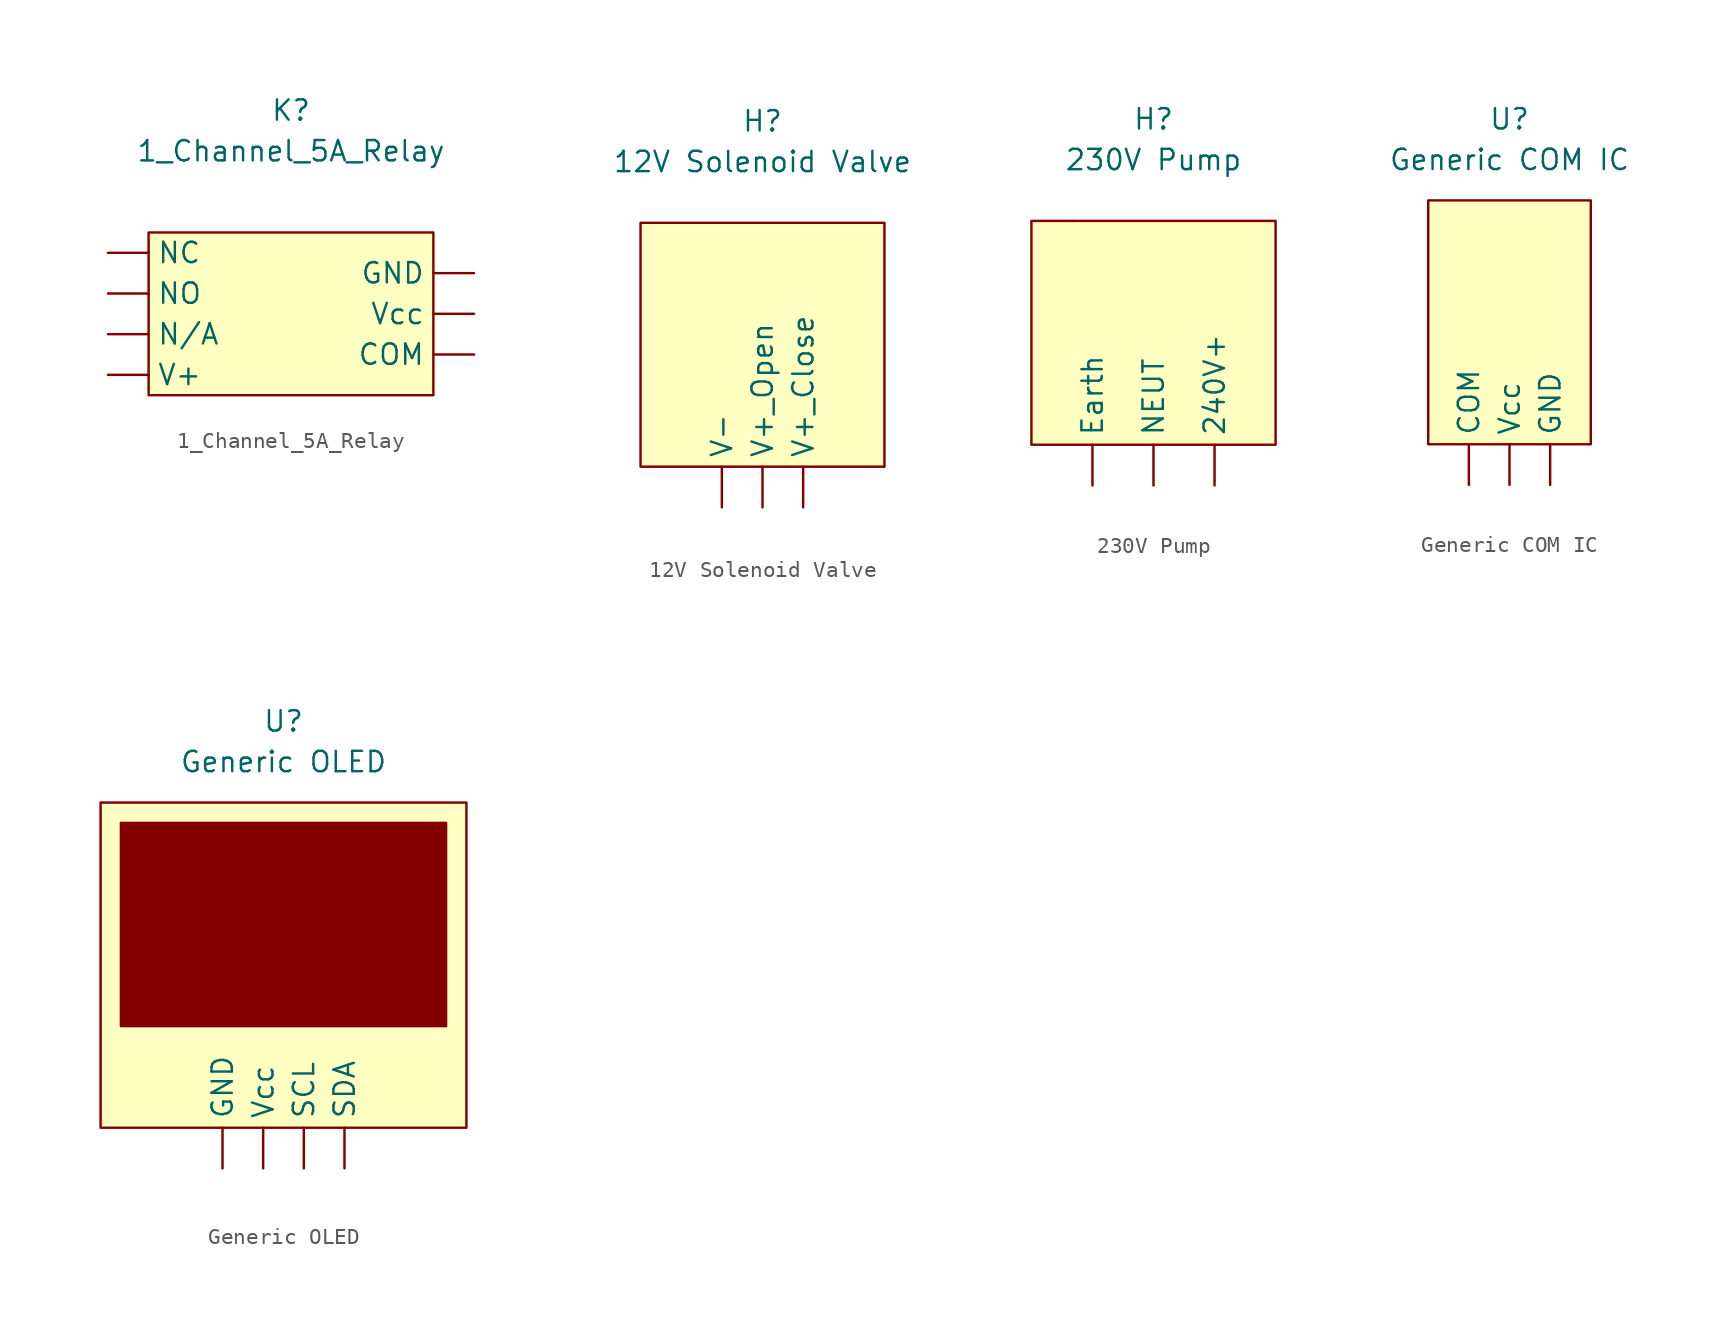
<source format=kicad_sym>
(kicad_symbol_lib
  (version 20211014)
  (generator kicad_symbol_editor)
  (symbol "1_Channel_5A_Relay"
    (property "Reference" "K"
      (at 0 2.54 0)
      (effects (font (size 1.27 1.27))))
    (property "Value" "1_Channel_5A_Relay"
      (at 0 0 0)
      (effects (font (size 1.27 1.27))))
    (symbol "1_Channel_5A_Relay_0_1"
      (rectangle (start -8.89 -5.08) (end 8.89 -15.24) (stroke (width 0) (type default) (color 0 0 0 0)) (fill (type background))))
    (symbol "1_Channel_5A_Relay_1_1"
      (pin input line (at 11.43 -12.7 180) (length 2.54) (name "COM" (effects (font (size 1.27 1.27)))) (number "" (effects (font (size 1.27 1.27)))))
      (pin input line (at 11.43 -7.62 180) (length 2.54) (name "GND" (effects (font (size 1.27 1.27)))) (number "" (effects (font (size 1.27 1.27)))))
      (pin output line (at -11.43 -11.43 0) (length 2.54) (name "N/A" (effects (font (size 1.27 1.27)))) (number "" (effects (font (size 1.27 1.27)))))
      (pin output line (at -11.43 -6.35 0) (length 2.54) (name "NC" (effects (font (size 1.27 1.27)))) (number "" (effects (font (size 1.27 1.27)))))
      (pin output line (at -11.43 -8.89 0) (length 2.54) (name "NO" (effects (font (size 1.27 1.27)))) (number "" (effects (font (size 1.27 1.27)))))
      (pin input line (at -11.43 -13.97 0) (length 2.54) (name "V+" (effects (font (size 1.27 1.27)))) (number "" (effects (font (size 1.27 1.27)))))
      (pin input line (at 11.43 -10.16 180) (length 2.54) (name "Vcc" (effects (font (size 1.27 1.27)))) (number "" (effects (font (size 1.27 1.27)))))))
  (symbol "12V Solenoid Valve"
    (property "Reference" "H"
      (at 0 2.54 0)
      (effects (font (size 1.27 1.27))))
    (property "Value" "12V Solenoid Valve"
      (at 0 0 0)
      (effects (font (size 1.27 1.27))))
    (symbol "12V Solenoid Valve_0_1"
      (rectangle (start -7.62 -3.81) (end 7.62 -19.05) (stroke (width 0) (type default) (color 0 0 0 0)) (fill (type background))))
    (symbol "12V Solenoid Valve_1_1"
      (pin input line (at 2.54 -21.59 90) (length 2.54) (name "V+_Close" (effects (font (size 1.27 1.27)))) (number "" (effects (font (size 1.27 1.27)))))
      (pin input line (at 0 -21.59 90) (length 2.54) (name "V+_Open" (effects (font (size 1.27 1.27)))) (number "" (effects (font (size 1.27 1.27)))))
      (pin input line (at -2.54 -21.59 90) (length 2.54) (name "V-" (effects (font (size 1.27 1.27)))) (number "" (effects (font (size 1.27 1.27)))))))
  (symbol "230V Pump"
    (property "Reference" "H"
      (at 0 2.54 0)
      (effects (font (size 1.27 1.27))))
    (property "Value" "230V Pump"
      (at 0 0 0)
      (effects (font (size 1.27 1.27))))
    (symbol "230V Pump_0_1"
      (rectangle (start -7.62 -3.81) (end 7.62 -17.78) (stroke (width 0) (type default) (color 0 0 0 0)) (fill (type background)))
      (rectangle (start -5.08 -3.81) (end -5.08 -3.81) (stroke (width 0) (type default) (color 0 0 0 0)) (fill (type none))))
    (symbol "230V Pump_1_1"
      (pin input line (at 3.81 -20.32 90) (length 2.54) (name "240V+" (effects (font (size 1.27 1.27)))) (number "" (effects (font (size 1.27 1.27)))))
      (pin input line (at -3.81 -20.32 90) (length 2.54) (name "Earth" (effects (font (size 1.27 1.27)))) (number "" (effects (font (size 1.27 1.27)))))
      (pin input line (at 0 -20.32 90) (length 2.54) (name "NEUT" (effects (font (size 1.27 1.27)))) (number "" (effects (font (size 1.27 1.27)))))))
  (symbol "Generic COM IC"
    (property "Reference" "U"
      (at 0 10.16 0)
      (effects (font (size 1.27 1.27))))
    (property "Value" "Generic COM IC"
      (at 0 7.62 0)
      (effects (font (size 1.27 1.27))))
    (symbol "Generic COM IC_0_1"
      (rectangle (start 5.08 5.08) (end -5.08 -10.16) (stroke (width 0) (type default) (color 0 0 0 0)) (fill (type background))))
    (symbol "Generic COM IC_1_1"
      (pin output line (at -2.54 -12.7 90) (length 2.54) (name "COM" (effects (font (size 1.27 1.27)))) (number "" (effects (font (size 1.27 1.27)))))
      (pin input line (at 2.54 -12.7 90) (length 2.54) (name "GND" (effects (font (size 1.27 1.27)))) (number "" (effects (font (size 1.27 1.27)))))
      (pin input line (at 0 -12.7 90) (length 2.54) (name "Vcc" (effects (font (size 1.27 1.27)))) (number "" (effects (font (size 1.27 1.27)))))))
  (symbol "Generic OLED"
    (property "Reference" "U"
      (at 0 2.54 0)
      (effects (font (size 1.27 1.27))))
    (property "Value" "Generic OLED"
      (at 0 0 0)
      (effects (font (size 1.27 1.27))))
    (symbol "Generic OLED_0_1"
      (rectangle (start -11.43 -2.54) (end 11.43 -22.86) (stroke (width 0) (type default) (color 0 0 0 0)) (fill (type background)))
      (rectangle (start 10.16 -16.51) (end -10.16 -3.81) (stroke (width 0) (type default) (color 0 0 0 0)) (fill (type outline))))
    (symbol "Generic OLED_1_1"
      (pin input line (at -3.81 -25.4 90) (length 2.54) (name "GND" (effects (font (size 1.27 1.27)))) (number "" (effects (font (size 1.27 1.27)))))
      (pin input line (at 1.27 -25.4 90) (length 2.54) (name "SCL" (effects (font (size 1.27 1.27)))) (number "" (effects (font (size 1.27 1.27)))))
      (pin input line (at 3.81 -25.4 90) (length 2.54) (name "SDA" (effects (font (size 1.27 1.27)))) (number "" (effects (font (size 1.27 1.27)))))
      (pin input line (at -1.27 -25.4 90) (length 2.54) (name "Vcc" (effects (font (size 1.27 1.27)))) (number "" (effects (font (size 1.27 1.27))))))))
</source>
